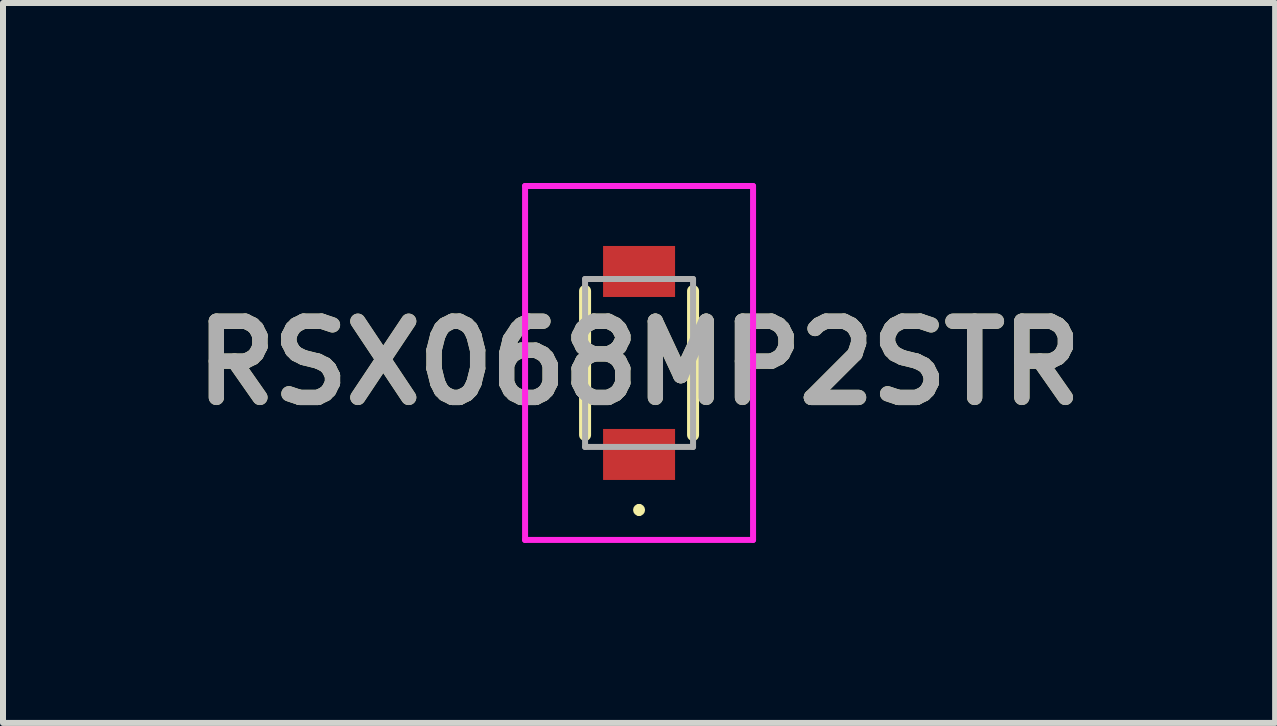
<source format=kicad_pcb>
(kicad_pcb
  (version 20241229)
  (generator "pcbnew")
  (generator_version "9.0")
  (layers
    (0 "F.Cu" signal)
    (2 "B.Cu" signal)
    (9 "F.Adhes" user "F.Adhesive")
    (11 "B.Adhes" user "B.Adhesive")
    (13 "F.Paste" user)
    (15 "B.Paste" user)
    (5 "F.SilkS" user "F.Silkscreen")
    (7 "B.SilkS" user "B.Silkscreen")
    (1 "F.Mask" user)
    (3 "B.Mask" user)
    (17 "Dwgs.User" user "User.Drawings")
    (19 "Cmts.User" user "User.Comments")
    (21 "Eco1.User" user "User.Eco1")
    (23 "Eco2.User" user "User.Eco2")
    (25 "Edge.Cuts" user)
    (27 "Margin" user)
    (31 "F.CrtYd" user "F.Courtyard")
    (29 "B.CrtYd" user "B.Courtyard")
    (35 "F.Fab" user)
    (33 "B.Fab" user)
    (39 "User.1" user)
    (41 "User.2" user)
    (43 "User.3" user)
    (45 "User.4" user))
  (footprint "RSX068MP2STR"
    (layer "F.Cu")
    (at 7.602 3)
    (property "Reference" "RSX068MP2STR" (at 0 0 0) (layer "F.SilkS") (effects (font (size 1.27 1.27) (thickness 0.254))))
    (attr smd)
    (fp_line (start -0.9 -1.2) (end -0.9 1.2) (stroke (width 0.2) (type solid)) (layer "F.SilkS"))
    (fp_line (start 0 2.4) (end 0 2.4) (stroke (width 0.1) (type solid)) (layer "F.SilkS"))
    (fp_line (start 0 2.5) (end 0 2.5) (stroke (width 0.1) (type solid)) (layer "F.SilkS"))
    (fp_line (start 0.9 -1.2) (end 0.9 1.2) (stroke (width 0.2) (type solid)) (layer "F.SilkS"))
    (fp_arc (start 0 2.4) (mid 0.05 2.45) (end 0 2.5) (stroke (width 0.1) (type solid)) (layer "F.SilkS"))
    (fp_arc (start 0 2.5) (mid -0.05 2.45) (end 0 2.4) (stroke (width 0.1) (type solid)) (layer "F.SilkS"))
    (fp_line (start -1.9 -2.95) (end 1.9 -2.95) (stroke (width 0.1) (type solid)) (layer "F.CrtYd"))
    (fp_line (start -1.9 2.95) (end -1.9 -2.95) (stroke (width 0.1) (type solid)) (layer "F.CrtYd"))
    (fp_line (start 1.9 -2.95) (end 1.9 2.95) (stroke (width 0.1) (type solid)) (layer "F.CrtYd"))
    (fp_line (start 1.9 2.95) (end -1.9 2.95) (stroke (width 0.1) (type solid)) (layer "F.CrtYd"))
    (fp_line (start -0.9 -1.4) (end 0.9 -1.4) (stroke (width 0.1) (type solid)) (layer "F.Fab"))
    (fp_line (start -0.9 1.4) (end -0.9 -1.4) (stroke (width 0.1) (type solid)) (layer "F.Fab"))
    (fp_line (start 0.9 -1.4) (end 0.9 1.4) (stroke (width 0.1) (type solid)) (layer "F.Fab"))
    (fp_line (start 0.9 1.4) (end -0.9 1.4) (stroke (width 0.1) (type solid)) (layer "F.Fab"))
    (fp_text user "${REFERENCE}" (at 0 0 0) (layer "F.Fab") (effects (font (size 1.27 1.27) (thickness 0.254))))
    (pad "1" smd rect (at 0 1.525 90) (size 0.85 1.2) (layers "F.Cu" "F.Mask" "F.Paste"))
    (pad "2" smd rect (at 0 -1.525 90) (size 0.85 1.2) (layers "F.Cu" "F.Mask" "F.Paste")))
  (gr_rect
    (start -3 -3)
    (end 18.204 9)
    (stroke (width 0.1) (type default))
    (fill no)
    (layer "Edge.Cuts")))
</source>
